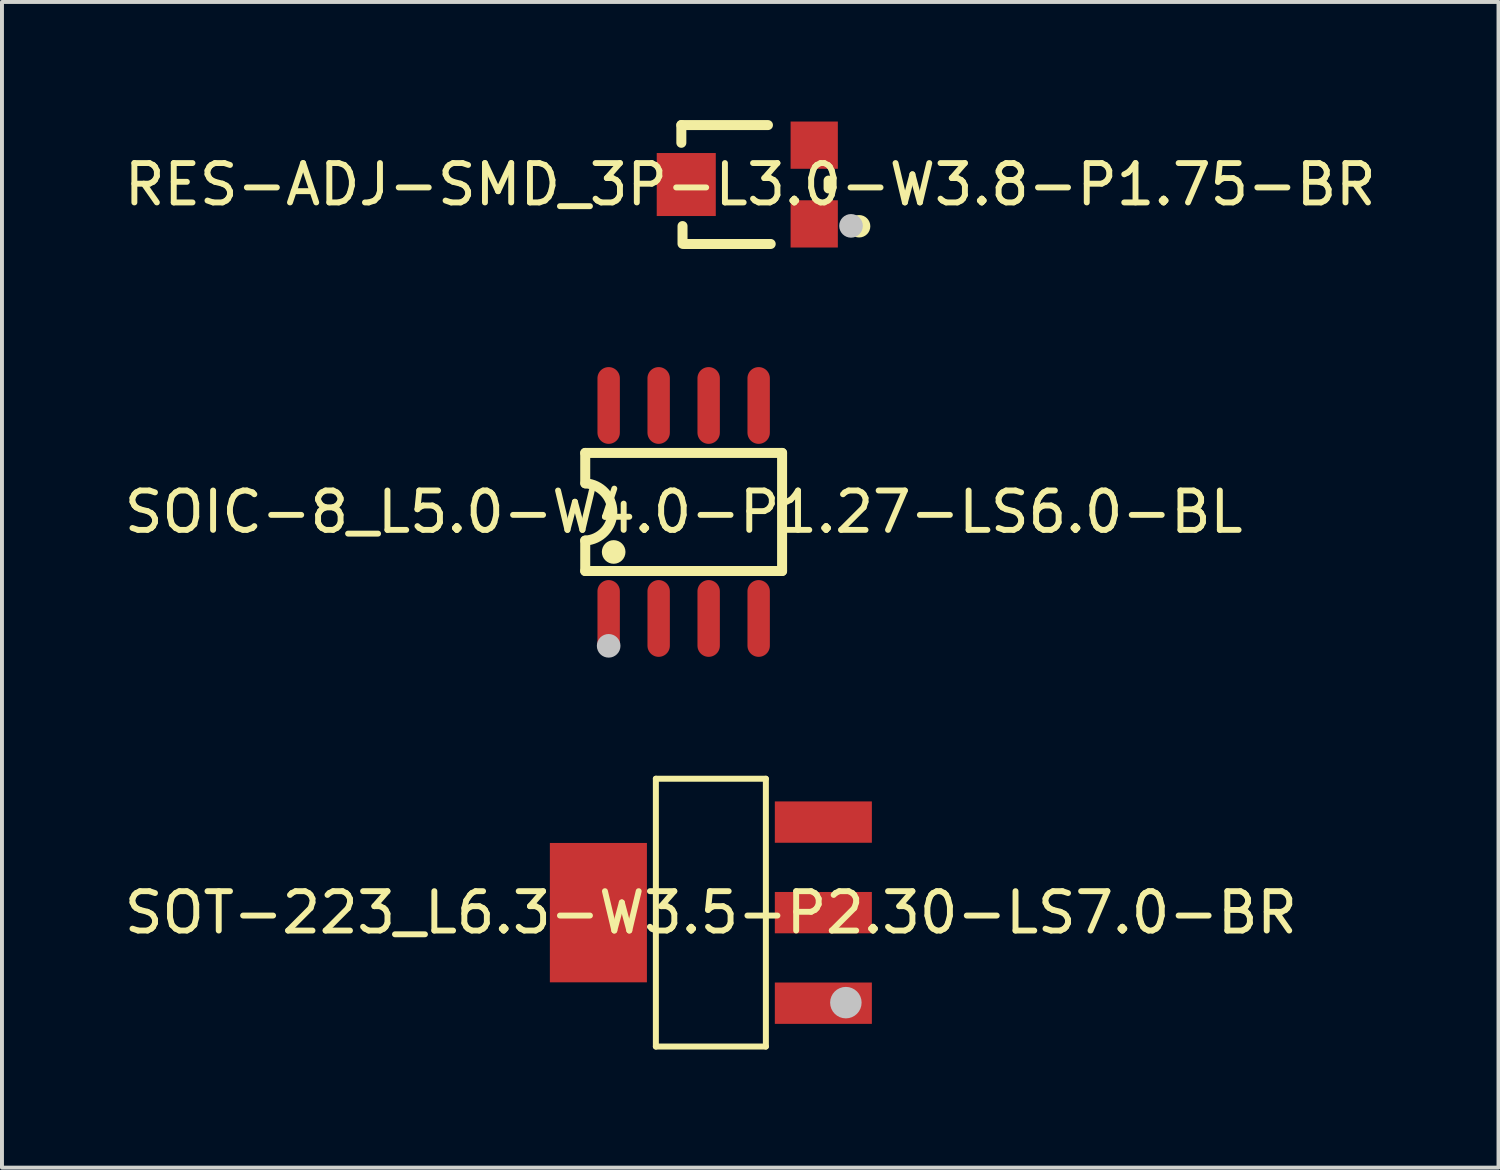
<source format=kicad_pcb>
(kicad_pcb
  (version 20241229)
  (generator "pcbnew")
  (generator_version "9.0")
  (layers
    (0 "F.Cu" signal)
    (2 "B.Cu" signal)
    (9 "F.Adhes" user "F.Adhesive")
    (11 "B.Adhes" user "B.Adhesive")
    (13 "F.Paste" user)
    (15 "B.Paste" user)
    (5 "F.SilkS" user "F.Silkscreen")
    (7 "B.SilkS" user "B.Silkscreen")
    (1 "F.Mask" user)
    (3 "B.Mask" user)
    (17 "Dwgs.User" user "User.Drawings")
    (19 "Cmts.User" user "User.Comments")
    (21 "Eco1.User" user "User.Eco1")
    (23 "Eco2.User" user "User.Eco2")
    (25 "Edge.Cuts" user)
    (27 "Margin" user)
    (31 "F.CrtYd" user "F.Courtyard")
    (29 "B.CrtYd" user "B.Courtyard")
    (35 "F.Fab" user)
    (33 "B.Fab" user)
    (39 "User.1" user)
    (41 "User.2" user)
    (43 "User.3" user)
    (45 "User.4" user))
  (footprint "RES-ADJ-SMD_3P-L3.0-W3.8-P1.75-BR"
    (layer "F.Cu")
    (at 16.006 1.637)
    (property "Reference" "RES-ADJ-SMD_3P-L3.0-W3.8-P1.75-BR" (at 0 0 0) (layer "F.SilkS") (effects (font (size 1 1) (thickness 0.15))))
    (fp_line (start -1.75 -1.51) (end -1.75 -1.06) (stroke (width 0.254) (type default)) (layer "F.SilkS"))
    (fp_line (start -1.72 1.055) (end -1.72 1.505) (stroke (width 0.254) (type default)) (layer "F.SilkS"))
    (fp_line (start 0.45 -1.51) (end -1.75 -1.51) (stroke (width 0.254) (type default)) (layer "F.SilkS"))
    (fp_line (start 0.52 1.51) (end -1.68 1.51) (stroke (width 0.254) (type default)) (layer "F.SilkS"))
    (fp_line (start 1.99 0.1) (end 1.99 -0.1) (stroke (width 0.254) (type default)) (layer "F.SilkS"))
    (fp_circle (center 2.765 1.06) (end 2.923 1.06) (stroke (width 0.254) (type default)) (fill no) (layer "F.SilkS"))
    (fp_circle (center 2.56 1.05) (end 2.71 1.05) (stroke (width 0.3) (type default)) (fill no) (layer "Dwgs.User"))
    (fp_poly (pts (xy -1.05 -0.75) (xy -1.05 0.75) (xy -1.8 0.75) (xy -1.8 -0.75)) (stroke (width 0.1) (type default)) (fill no) (layer "User.1"))
    (fp_poly (pts (xy 2 -1.35) (xy 2 -0.4) (xy 1.2 -0.4) (xy 1.2 -1.35)) (stroke (width 0.1) (type default)) (fill no) (layer "User.1"))
    (fp_poly (pts (xy 2 0.4) (xy 2 1.35) (xy 1.2 1.35) (xy 1.2 0.4)) (stroke (width 0.1) (type default)) (fill no) (layer "User.1"))
    (fp_line (start -1.75 -1.5) (end 2 -1.5) (stroke (width 0.051) (type default)) (layer "User.2"))
    (fp_line (start -1.75 1.5) (end -1.75 -1.5) (stroke (width 0.051) (type default)) (layer "User.2"))
    (fp_line (start 2 -1.5) (end 2 1.5) (stroke (width 0.051) (type default)) (layer "User.2"))
    (fp_line (start 2 1.5) (end -1.75 1.5) (stroke (width 0.051) (type default)) (layer "User.2"))
    (fp_poly (pts (xy 2.06 1.5) (xy 2.042 1.458) (xy 2 1.44) (xy 1.958 1.458) (xy 1.94 1.5) (xy 1.958 1.542) (xy 2 1.56) (xy 2.042 1.542)) (stroke (width 0.1) (type default)) (fill no) (layer "User.3"))
    (pad "1" smd rect (at 1.625 1 90) (size 1.2 1.2) (layers "F.Cu" "F.Mask" "F.Paste"))
    (pad "2" smd rect (at -1.625 0 90) (size 1.6 1.5) (layers "F.Cu" "F.Mask" "F.Paste"))
    (pad "3" smd rect (at 1.625 -1 90) (size 1.2 1.2) (layers "F.Cu" "F.Mask" "F.Paste")))
  (footprint "SOT-223_L6.3-W3.5-P2.30-LS7.0-BR"
    (layer "F.Cu")
    (at 15.006 20.131)
    (property "Reference" "SOT-223_L6.3-W3.5-P2.30-LS7.0-BR" (at 0 0 0) (layer "F.SilkS") (effects (font (size 1 1) (thickness 0.15))))
    (fp_line (start -1.397 -3.401) (end 1.397 -3.401) (stroke (width 0.152) (type default)) (layer "F.SilkS"))
    (fp_line (start -1.397 3.401) (end -1.397 -3.401) (stroke (width 0.152) (type default)) (layer "F.SilkS"))
    (fp_line (start 1.397 -3.401) (end 1.397 3.401) (stroke (width 0.152) (type default)) (layer "F.SilkS"))
    (fp_line (start 1.397 3.401) (end -1.397 3.401) (stroke (width 0.152) (type default)) (layer "F.SilkS"))
    (fp_circle (center 3.429 2.286) (end 3.629 2.286) (stroke (width 0.4) (type default)) (fill no) (layer "Dwgs.User"))
    (fp_poly (pts (xy -3.475 1.5) (xy -3.475 -1.5) (xy -2.775 -1.5) (xy -2.775 1.5)) (stroke (width 0.1) (type default)) (fill no) (layer "User.1"))
    (fp_poly (pts (xy -2.785 1.5) (xy -2.785 -1.5) (xy -1.74 -1.5) (xy -1.74 1.5)) (stroke (width 0.1) (type default)) (fill no) (layer "User.1"))
    (fp_poly (pts (xy 1.74 -1.93) (xy 1.74 -2.67) (xy 2.46 -2.67) (xy 2.46 -1.93)) (stroke (width 0.1) (type default)) (fill no) (layer "User.1"))
    (fp_poly (pts (xy 1.74 0.37) (xy 1.74 -0.37) (xy 2.46 -0.37) (xy 2.46 0.37)) (stroke (width 0.1) (type default)) (fill no) (layer "User.1"))
    (fp_poly (pts (xy 1.74 2.67) (xy 1.74 1.93) (xy 2.46 1.93) (xy 2.46 2.67)) (stroke (width 0.1) (type default)) (fill no) (layer "User.1"))
    (fp_poly (pts (xy 2.45 -1.93) (xy 2.45 -2.67) (xy 3.475 -2.67) (xy 3.475 -1.93)) (stroke (width 0.1) (type default)) (fill no) (layer "User.1"))
    (fp_poly (pts (xy 2.45 0.37) (xy 2.45 -0.37) (xy 3.475 -0.37) (xy 3.475 0.37)) (stroke (width 0.1) (type default)) (fill no) (layer "User.1"))
    (fp_poly (pts (xy 2.45 2.67) (xy 2.45 1.93) (xy 3.475 1.93) (xy 3.475 2.67)) (stroke (width 0.1) (type default)) (fill no) (layer "User.1"))
    (fp_line (start -1.75 -3.15) (end 1.75 -3.15) (stroke (width 0.051) (type default)) (layer "User.2"))
    (fp_line (start -1.75 3.15) (end -1.75 -3.15) (stroke (width 0.051) (type default)) (layer "User.2"))
    (fp_line (start 1.75 -3.15) (end 1.75 3.15) (stroke (width 0.051) (type default)) (layer "User.2"))
    (fp_line (start 1.75 3.15) (end -1.75 3.15) (stroke (width 0.051) (type default)) (layer "User.2"))
    (fp_poly (pts (xy 3.535 3.325) (xy 3.517 3.283) (xy 3.475 3.265) (xy 3.433 3.283) (xy 3.415 3.325) (xy 3.433 3.367) (xy 3.475 3.385) (xy 3.517 3.367)) (stroke (width 0.1) (type default)) (fill no) (layer "User.3"))
    (pad "1" smd rect (at 2.857 2.3) (size 2.465 1.05) (layers "F.Cu" "F.Mask" "F.Paste"))
    (pad "2" smd rect (at 2.857 0) (size 2.465 1.05) (layers "F.Cu" "F.Mask" "F.Paste"))
    (pad "3" smd rect (at 2.857 -2.3) (size 2.465 1.05) (layers "F.Cu" "F.Mask" "F.Paste"))
    (pad "4" smd rect (at -2.857 0) (size 2.465 3.54) (layers "F.Cu" "F.Mask" "F.Paste")))
  (footprint "SOIC-8_L5.0-W4.0-P1.27-LS6.0-BL"
    (layer "F.Cu")
    (at 14.315 9.954)
    (property "Reference" "SOIC-8_L5.0-W4.0-P1.27-LS6.0-BL" (at 0 0 0) (layer "F.SilkS") (effects (font (size 1 1) (thickness 0.15))))
    (fp_line (start -2.5 -1.5) (end -2.5 -0.727) (stroke (width 0.254) (type default)) (layer "F.SilkS"))
    (fp_line (start -2.5 -1.5) (end 2.5 -1.5) (stroke (width 0.254) (type default)) (layer "F.SilkS"))
    (fp_line (start -2.5 1.5) (end -2.5 0.727) (stroke (width 0.254) (type default)) (layer "F.SilkS"))
    (fp_line (start -2.5 1.5) (end 2.5 1.5) (stroke (width 0.254) (type default)) (layer "F.SilkS"))
    (fp_line (start 2.5 -1.5) (end 2.5 1.5) (stroke (width 0.254) (type default)) (layer "F.SilkS"))
    (fp_arc (start -2.495 -0.7265) (mid -1.812112 0.002496) (end -2.5 0.7265) (stroke (width 0.254) (type default)) (layer "F.SilkS"))
    (fp_circle (center -1.778 1.016) (end -1.628 1.016) (stroke (width 0.3) (type default)) (fill no) (layer "F.SilkS"))
    (fp_circle (center -1.905 3.4) (end -1.755 3.4) (stroke (width 0.3) (type default)) (fill no) (layer "Dwgs.User"))
    (fp_poly (pts (xy -2.11 -2.165) (xy -2.11 -3) (xy -1.7 -3) (xy -1.7 -2.165)) (stroke (width 0.1) (type default)) (fill no) (layer "User.1"))
    (fp_poly (pts (xy -2.11 -1.94) (xy -2.11 -2.175) (xy -1.7 -2.175) (xy -1.7 -1.94)) (stroke (width 0.1) (type default)) (fill no) (layer "User.1"))
    (fp_poly (pts (xy -2.11 2.175) (xy -2.11 1.94) (xy -1.7 1.94) (xy -1.7 2.175)) (stroke (width 0.1) (type default)) (fill no) (layer "User.1"))
    (fp_poly (pts (xy -2.11 3) (xy -2.11 2.165) (xy -1.7 2.165) (xy -1.7 3)) (stroke (width 0.1) (type default)) (fill no) (layer "User.1"))
    (fp_poly (pts (xy -0.84 -2.165) (xy -0.84 -3) (xy -0.43 -3) (xy -0.43 -2.165)) (stroke (width 0.1) (type default)) (fill no) (layer "User.1"))
    (fp_poly (pts (xy -0.84 -1.94) (xy -0.84 -2.175) (xy -0.43 -2.175) (xy -0.43 -1.94)) (stroke (width 0.1) (type default)) (fill no) (layer "User.1"))
    (fp_poly (pts (xy -0.84 2.175) (xy -0.84 1.94) (xy -0.43 1.94) (xy -0.43 2.175)) (stroke (width 0.1) (type default)) (fill no) (layer "User.1"))
    (fp_poly (pts (xy -0.84 3) (xy -0.84 2.165) (xy -0.43 2.165) (xy -0.43 3)) (stroke (width 0.1) (type default)) (fill no) (layer "User.1"))
    (fp_poly (pts (xy 0.43 -2.165) (xy 0.43 -3) (xy 0.84 -3) (xy 0.84 -2.165)) (stroke (width 0.1) (type default)) (fill no) (layer "User.1"))
    (fp_poly (pts (xy 0.43 -1.94) (xy 0.43 -2.175) (xy 0.84 -2.175) (xy 0.84 -1.94)) (stroke (width 0.1) (type default)) (fill no) (layer "User.1"))
    (fp_poly (pts (xy 0.43 2.175) (xy 0.43 1.94) (xy 0.84 1.94) (xy 0.84 2.175)) (stroke (width 0.1) (type default)) (fill no) (layer "User.1"))
    (fp_poly (pts (xy 0.43 3) (xy 0.43 2.165) (xy 0.84 2.165) (xy 0.84 3)) (stroke (width 0.1) (type default)) (fill no) (layer "User.1"))
    (fp_poly (pts (xy 1.7 -2.165) (xy 1.7 -3) (xy 2.11 -3) (xy 2.11 -2.165)) (stroke (width 0.1) (type default)) (fill no) (layer "User.1"))
    (fp_poly (pts (xy 1.7 -1.94) (xy 1.7 -2.175) (xy 2.11 -2.175) (xy 2.11 -1.94)) (stroke (width 0.1) (type default)) (fill no) (layer "User.1"))
    (fp_poly (pts (xy 1.7 2.175) (xy 1.7 1.94) (xy 2.11 1.94) (xy 2.11 2.175)) (stroke (width 0.1) (type default)) (fill no) (layer "User.1"))
    (fp_poly (pts (xy 1.7 3) (xy 1.7 2.165) (xy 2.11 2.165) (xy 2.11 3)) (stroke (width 0.1) (type default)) (fill no) (layer "User.1"))
    (fp_line (start -2.5 -2) (end 2.5 -2) (stroke (width 0.051) (type default)) (layer "User.2"))
    (fp_line (start -2.5 2) (end -2.5 -2) (stroke (width 0.051) (type default)) (layer "User.2"))
    (fp_line (start 2.5 -2) (end 2.5 2) (stroke (width 0.051) (type default)) (layer "User.2"))
    (fp_line (start 2.5 2) (end -2.5 2) (stroke (width 0.051) (type default)) (layer "User.2"))
    (fp_poly (pts (xy -2.353 2.54) (xy -2.371 2.498) (xy -2.413 2.48) (xy -2.455 2.498) (xy -2.473 2.54) (xy -2.455 2.582) (xy -2.413 2.6) (xy -2.371 2.582)) (stroke (width 0.1) (type default)) (fill no) (layer "User.3"))
    (pad "1" smd oval (at -1.905 2.705) (size 0.569 1.95) (layers "F.Cu" "F.Mask" "F.Paste"))
    (pad "2" smd oval (at -0.635 2.705) (size 0.569 1.95) (layers "F.Cu" "F.Mask" "F.Paste"))
    (pad "3" smd oval (at 0.635 2.705) (size 0.569 1.95) (layers "F.Cu" "F.Mask" "F.Paste"))
    (pad "4" smd oval (at 1.905 2.705) (size 0.569 1.95) (layers "F.Cu" "F.Mask" "F.Paste"))
    (pad "5" smd oval (at 1.905 -2.705) (size 0.569 1.95) (layers "F.Cu" "F.Mask" "F.Paste"))
    (pad "6" smd oval (at 0.635 -2.705) (size 0.569 1.95) (layers "F.Cu" "F.Mask" "F.Paste"))
    (pad "7" smd oval (at -0.635 -2.705) (size 0.569 1.95) (layers "F.Cu" "F.Mask" "F.Paste"))
    (pad "8" smd oval (at -1.905 -2.705) (size 0.569 1.95) (layers "F.Cu" "F.Mask" "F.Paste")))
  (gr_rect
    (start -3 -3)
    (end 35.012 26.608)
    (stroke (width 0.1) (type default))
    (fill no)
    (layer "Edge.Cuts")))
</source>
